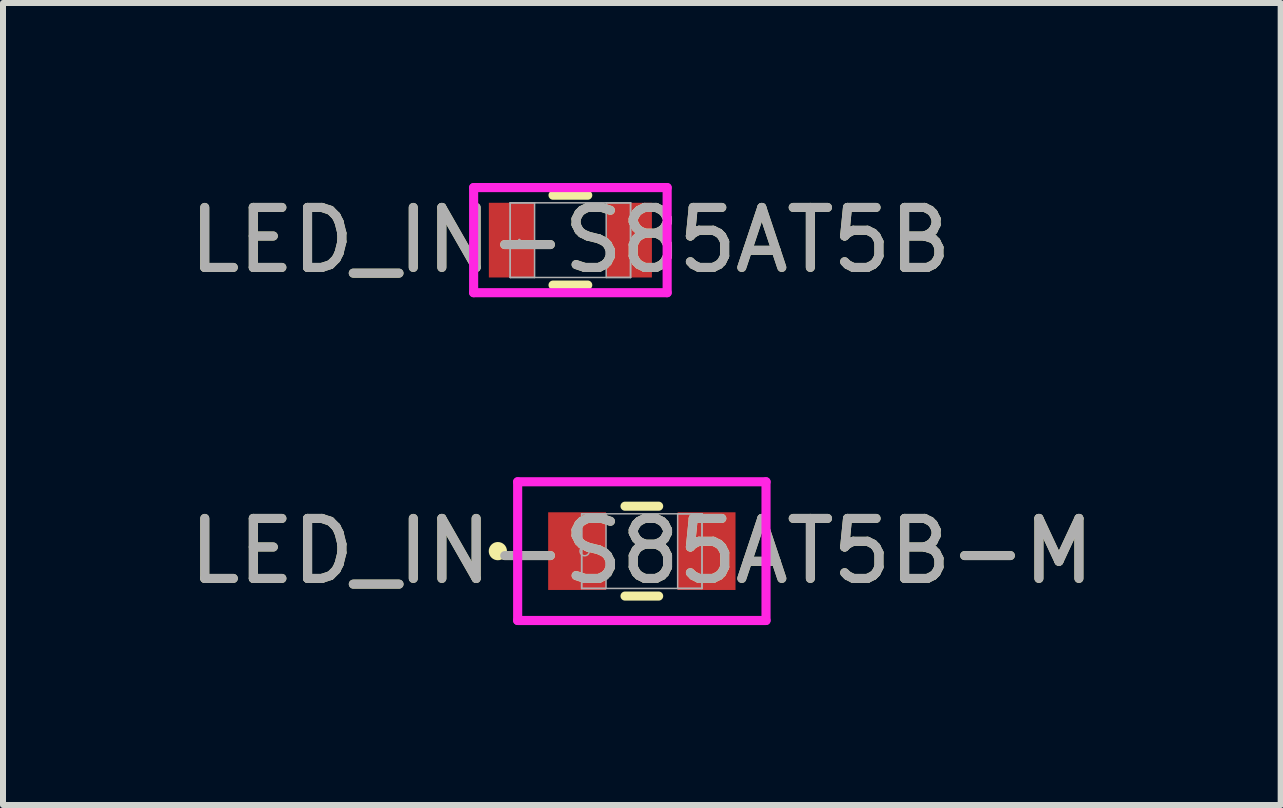
<source format=kicad_pcb>
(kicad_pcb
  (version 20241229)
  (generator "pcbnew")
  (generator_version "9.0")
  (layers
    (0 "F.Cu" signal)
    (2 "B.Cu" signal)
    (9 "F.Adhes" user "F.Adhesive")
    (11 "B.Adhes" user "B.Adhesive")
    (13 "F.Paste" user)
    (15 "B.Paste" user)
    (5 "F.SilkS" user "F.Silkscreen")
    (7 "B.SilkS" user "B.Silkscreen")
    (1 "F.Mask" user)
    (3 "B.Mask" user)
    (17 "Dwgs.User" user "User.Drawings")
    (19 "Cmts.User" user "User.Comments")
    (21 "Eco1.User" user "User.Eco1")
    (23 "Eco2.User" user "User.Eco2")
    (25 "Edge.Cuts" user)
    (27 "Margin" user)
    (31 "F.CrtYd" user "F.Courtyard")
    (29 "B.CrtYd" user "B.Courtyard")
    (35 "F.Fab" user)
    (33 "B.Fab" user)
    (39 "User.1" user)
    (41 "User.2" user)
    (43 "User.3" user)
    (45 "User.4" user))
  (footprint "LED_IN-S85AT5B-M"
    (layer "F.Cu")
    (at 7.649 6.137)
    (property "Reference" "LED_IN-S85AT5B-M" (at 0 0 0) (unlocked yes) (layer "F.SilkS") (effects (font (size 1 1) (thickness 0.15))))
    (attr smd)
    (fp_line (start -0.28 0.749) (end 0.28 0.749) (stroke (width 0.152) (type solid)) (layer "F.SilkS"))
    (fp_line (start 0.28 -0.749) (end -0.28 -0.749) (stroke (width 0.152) (type solid)) (layer "F.SilkS"))
    (fp_circle (center -2.4 0) (end -2.324 0) (stroke (width 0.152) (type solid)) (fill no) (layer "F.SilkS"))
    (fp_line (start -2.07 -1.156) (end 2.07 -1.156) (stroke (width 0.152) (type solid)) (layer "F.CrtYd"))
    (fp_line (start -2.07 1.156) (end -2.07 -1.156) (stroke (width 0.152) (type solid)) (layer "F.CrtYd"))
    (fp_line (start 2.07 -1.156) (end 2.07 1.156) (stroke (width 0.152) (type solid)) (layer "F.CrtYd"))
    (fp_line (start 2.07 1.156) (end -2.07 1.156) (stroke (width 0.152) (type solid)) (layer "F.CrtYd"))
    (fp_line (start -1.003 -0.622) (end -1.003 0.622) (stroke (width 0.025) (type solid)) (layer "F.Fab"))
    (fp_line (start -1.003 -0.622) (end -1.003 0.622) (stroke (width 0.025) (type solid)) (layer "F.Fab"))
    (fp_line (start -1.003 0.622) (end -0.597 0.622) (stroke (width 0.025) (type solid)) (layer "F.Fab"))
    (fp_line (start -1.003 0.622) (end 1.003 0.622) (stroke (width 0.025) (type solid)) (layer "F.Fab"))
    (fp_line (start -0.597 -0.622) (end -1.003 -0.622) (stroke (width 0.025) (type solid)) (layer "F.Fab"))
    (fp_line (start -0.597 0.622) (end -0.597 -0.622) (stroke (width 0.025) (type solid)) (layer "F.Fab"))
    (fp_line (start 0.597 -0.622) (end 0.597 0.622) (stroke (width 0.025) (type solid)) (layer "F.Fab"))
    (fp_line (start 0.597 0.622) (end 1.003 0.622) (stroke (width 0.025) (type solid)) (layer "F.Fab"))
    (fp_line (start 1.003 -0.622) (end -1.003 -0.622) (stroke (width 0.025) (type solid)) (layer "F.Fab"))
    (fp_line (start 1.003 -0.622) (end 0.597 -0.622) (stroke (width 0.025) (type solid)) (layer "F.Fab"))
    (fp_line (start 1.003 0.622) (end 1.003 -0.622) (stroke (width 0.025) (type solid)) (layer "F.Fab"))
    (fp_line (start 1.003 0.622) (end 1.003 -0.622) (stroke (width 0.025) (type solid)) (layer "F.Fab"))
    (fp_circle (center -0.953 0) (end -0.876 0) (stroke (width 0.025) (type solid)) (fill no) (layer "F.Fab"))
    (fp_text user "${REFERENCE}" (at 0 0 0) (unlocked yes) (layer "F.Fab") (effects (font (size 1 1) (thickness 0.15))))
    (pad "1" smd rect (at -1.079 0) (size 0.965 1.295) (layers "F.Cu" "F.Mask" "F.Paste"))
    (pad "2" smd rect (at 1.079 0) (size 0.965 1.295) (layers "F.Cu" "F.Mask" "F.Paste"))
    (zone (net_name "") (layer "F.Cu") (hatch full 0.508) (connect_pads) (min_thickness 0.254) (filled_areas_thickness no) (keepout (tracks not_allowed) (vias not_allowed) (pads allowed) (copperpour not_allowed) (footprints allowed)) (placement (enabled no)) (fill) (polygon (pts (xy 7.103 5.565) (xy 8.195 5.565) (xy 8.195 6.708) (xy 7.103 6.708)))))
  (footprint "LED_IN-S85AT5B"
    (layer "F.Cu")
    (at 6.458 0.953)
    (property "Reference" "LED_IN-S85AT5B" (at 0 0 0) (unlocked yes) (layer "F.SilkS") (effects (font (size 1 1) (thickness 0.15))))
    (attr smd)
    (fp_line (start -0.289 0.749) (end 0.289 0.749) (stroke (width 0.152) (type solid)) (layer "F.SilkS"))
    (fp_line (start 0.289 -0.749) (end -0.289 -0.749) (stroke (width 0.152) (type solid)) (layer "F.SilkS"))
    (fp_line (start -1.613 -0.876) (end 1.613 -0.876) (stroke (width 0.152) (type solid)) (layer "F.CrtYd"))
    (fp_line (start -1.613 0.876) (end -1.613 -0.876) (stroke (width 0.152) (type solid)) (layer "F.CrtYd"))
    (fp_line (start 1.613 -0.876) (end 1.613 0.876) (stroke (width 0.152) (type solid)) (layer "F.CrtYd"))
    (fp_line (start 1.613 0.876) (end -1.613 0.876) (stroke (width 0.152) (type solid)) (layer "F.CrtYd"))
    (fp_line (start -1.003 -0.622) (end -1.003 0.622) (stroke (width 0.025) (type solid)) (layer "F.Fab"))
    (fp_line (start -1.003 -0.622) (end -1.003 0.622) (stroke (width 0.025) (type solid)) (layer "F.Fab"))
    (fp_line (start -1.003 0.622) (end -0.597 0.622) (stroke (width 0.025) (type solid)) (layer "F.Fab"))
    (fp_line (start -1.003 0.622) (end 1.003 0.622) (stroke (width 0.025) (type solid)) (layer "F.Fab"))
    (fp_line (start -0.597 -0.622) (end -1.003 -0.622) (stroke (width 0.025) (type solid)) (layer "F.Fab"))
    (fp_line (start -0.597 0.622) (end -0.597 -0.622) (stroke (width 0.025) (type solid)) (layer "F.Fab"))
    (fp_line (start 0.597 -0.622) (end 0.597 0.622) (stroke (width 0.025) (type solid)) (layer "F.Fab"))
    (fp_line (start 0.597 0.622) (end 1.003 0.622) (stroke (width 0.025) (type solid)) (layer "F.Fab"))
    (fp_line (start 1.003 -0.622) (end -1.003 -0.622) (stroke (width 0.025) (type solid)) (layer "F.Fab"))
    (fp_line (start 1.003 -0.622) (end 0.597 -0.622) (stroke (width 0.025) (type solid)) (layer "F.Fab"))
    (fp_line (start 1.003 0.622) (end 1.003 -0.622) (stroke (width 0.025) (type solid)) (layer "F.Fab"))
    (fp_line (start 1.003 0.622) (end 1.003 -0.622) (stroke (width 0.025) (type solid)) (layer "F.Fab"))
    (fp_circle (center -0.851 0) (end -0.851 0) (stroke (width 0.025) (type solid)) (fill no) (layer "F.Fab"))
    (fp_text user "${REFERENCE}" (at 0 0 0) (unlocked yes) (layer "F.Fab") (effects (font (size 1 1) (thickness 0.15))))
    (pad "1" smd rect (at -0.978 0) (size 0.762 1.245) (layers "F.Cu" "F.Mask" "F.Paste"))
    (pad "2" smd rect (at 0.978 0) (size 0.762 1.245) (layers "F.Cu" "F.Mask" "F.Paste"))
    (zone (net_name "") (layer "F.Cu") (hatch full 0.508) (connect_pads) (min_thickness 0.254) (filled_areas_thickness no) (keepout (tracks not_allowed) (vias not_allowed) (pads allowed) (copperpour not_allowed) (footprints allowed)) (placement (enabled no)) (fill) (polygon (pts (xy 5.912 0.381) (xy 7.004 0.381) (xy 7.004 1.524) (xy 5.912 1.524)))))
  (gr_rect
    (start -3 -3)
    (end 18.298 10.369)
    (stroke (width 0.1) (type default))
    (fill no)
    (layer "Edge.Cuts")))
</source>
